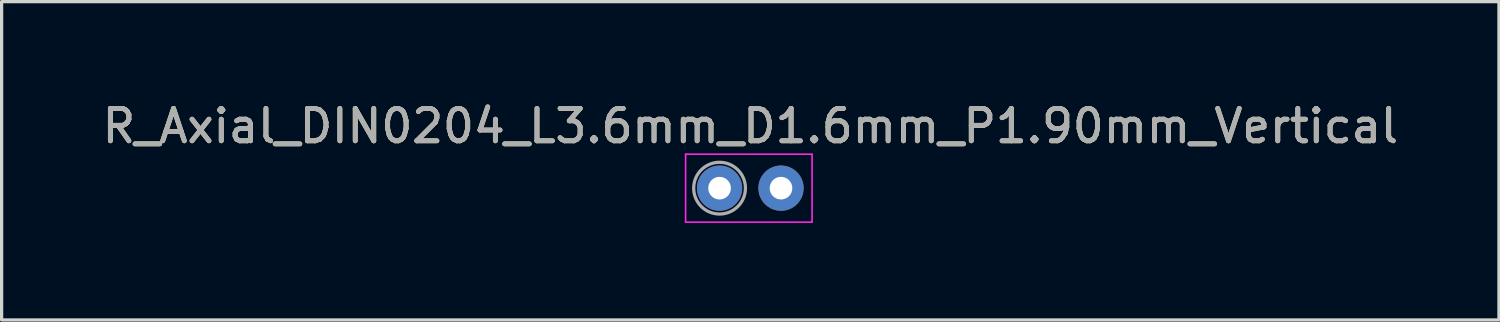
<source format=kicad_pcb>
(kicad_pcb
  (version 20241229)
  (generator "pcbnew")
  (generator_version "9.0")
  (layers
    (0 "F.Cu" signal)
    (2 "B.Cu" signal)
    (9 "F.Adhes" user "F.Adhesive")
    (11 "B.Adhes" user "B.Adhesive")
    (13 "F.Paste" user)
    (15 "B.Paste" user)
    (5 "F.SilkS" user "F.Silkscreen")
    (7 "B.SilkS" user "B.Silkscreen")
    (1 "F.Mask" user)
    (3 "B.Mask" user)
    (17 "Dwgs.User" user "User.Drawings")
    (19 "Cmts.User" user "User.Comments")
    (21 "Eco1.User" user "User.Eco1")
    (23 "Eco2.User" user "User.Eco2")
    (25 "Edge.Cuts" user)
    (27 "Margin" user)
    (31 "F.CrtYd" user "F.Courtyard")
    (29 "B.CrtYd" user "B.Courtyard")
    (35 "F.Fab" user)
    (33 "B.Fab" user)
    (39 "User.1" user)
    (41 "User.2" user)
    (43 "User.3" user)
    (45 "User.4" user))
  (footprint "R_Axial_DIN0204_L3.6mm_D1.6mm_P1.90mm_Vertical"
    (layer "F.Cu")
    (at 19.199 2.768)
    (property "Reference" "R_Axial_DIN0204_L3.6mm_D1.6mm_P1.90mm_Vertical" (at 0.95 -1.92 0) (layer "F.SilkS") (effects (font (size 1 1) (thickness 0.15))))
    (attr through_hole)
    (fp_line (start -1.05 -1.05) (end -1.05 1.05) (stroke (width 0.05) (type solid)) (layer "F.CrtYd"))
    (fp_line (start -1.05 1.05) (end 2.86 1.05) (stroke (width 0.05) (type solid)) (layer "F.CrtYd"))
    (fp_line (start 2.86 -1.05) (end -1.05 -1.05) (stroke (width 0.05) (type solid)) (layer "F.CrtYd"))
    (fp_line (start 2.86 1.05) (end 2.86 -1.05) (stroke (width 0.05) (type solid)) (layer "F.CrtYd"))
    (fp_circle (center 0 0) (end 0.8 0) (stroke (width 0.1) (type solid)) (fill no) (layer "F.Fab"))
    (fp_text user "${REFERENCE}" (at 0.95 -1.92 0) (layer "F.Fab") (effects (font (size 1 1) (thickness 0.15))))
    (pad "1" thru_hole circle (at 0 0) (size 1.4 1.4) (drill 0.7) (layers "*.Cu" "*.Mask"))
    (pad "2" thru_hole oval (at 1.9 0) (size 1.4 1.4) (drill 0.7) (layers "*.Cu" "*.Mask")))
  (gr_rect
    (start -3 -3)
    (end 43.298 6.843)
    (stroke (width 0.1) (type default))
    (fill no)
    (layer "Edge.Cuts")))
</source>
